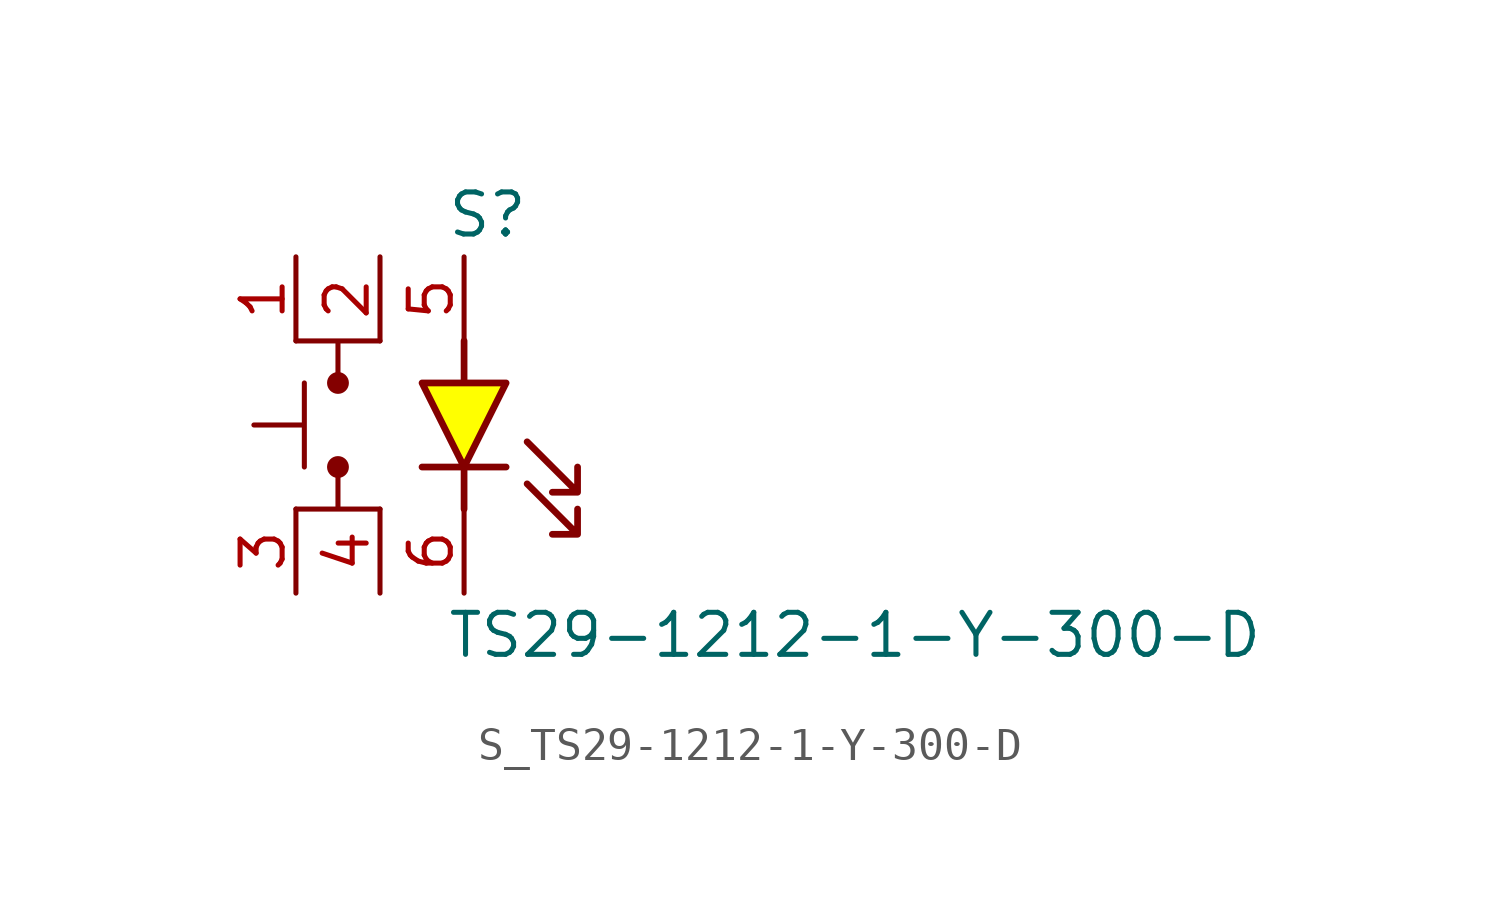
<source format=kicad_sym>
(kicad_symbol_lib
  (version 20231120)
  (generator kicad_symbol_editor)
  (generator_version 8.0)
  (symbol "S_TS29-1212-1-Y-300-D"
    (pin_names
      (offset 0.254))
    (property "Reference" "S"
      (at 2 6.35 0)
      (effects (font (size 1.27 1.27)) (justify left)))
    (property "Value" "TS29-1212-1-Y-300-D"
      (at 2 -6.35 0)
      (effects (font (size 1.27 1.27)) (justify left)))
    (symbol "S_TS29-1212-1-Y-300-D_0_0"
      (pin passive line (at -2.54 5.08 270) (length 2.54) (name "" (effects (font (size 1.27 1.27)))) (number "1" (effects (font (size 1.27 1.27)))))
      (pin passive line (at 0 5.08 270) (length 2.54) (name "" (effects (font (size 1.27 1.27)))) (number "2" (effects (font (size 1.27 1.27)))))
      (pin passive line (at 2.54 5.08 270) (length 2.54) (name "" (effects (font (size 1.27 1.27)))) (number "5" (effects (font (size 1.27 1.27)))))
      (pin passive line (at -2.54 -5.08 90) (length 2.54) (name "" (effects (font (size 1.27 1.27)))) (number "3" (effects (font (size 1.27 1.27)))))
      (pin passive line (at 0 -5.08 90) (length 2.54) (name "" (effects (font (size 1.27 1.27)))) (number "4" (effects (font (size 1.27 1.27)))))
      (pin passive line (at 2.54 -5.08 90) (length 2.54) (name "" (effects (font (size 1.27 1.27)))) (number "6" (effects (font (size 1.27 1.27)))))
      (polyline (pts (xy -2.286 1.27) (xy -2.286 -1.27) (xy -2.286 0) (xy -3.81 0)) (stroke (width 0) (type default)) (fill (type none)))
      (circle (center -1.27 1.27) (radius 0.254) (stroke (width 0) (type solid)) (fill (type outline)))
      (circle (center -1.27 -1.27) (radius 0.254) (stroke (width 0) (type solid)) (fill (type outline)))
      (polyline (pts (xy 0 2.54) (xy -2.54 2.54) (xy -1.27 2.54) (xy -1.27 1.27)) (stroke (width 0) (type default)) (fill (type none)))
      (polyline (pts (xy 0 -2.54) (xy -2.54 -2.54) (xy -1.27 -2.54) (xy -1.27 -1.27)) (stroke (width 0) (type default)) (fill (type none)))
      (polyline (pts (xy 2.54 -2.54) (xy 2.54 -1.27) (xy 3.81 -1.27) (xy 2.54 -1.27) (xy 3.81 1.27) (xy 2.54 1.27) (xy 2.54 2.54) (xy 2.54 1.27) (xy 1.27 1.27) (xy 2.54 -1.27) (xy 1.27 -1.27) (xy 2.54 -1.27) (xy 2.54 -2.54)) (stroke (width 0.203) (type solid)) (fill (type color) (color 255 255 0 1)))
      (polyline (pts (xy 4.445 -0.508) (xy 5.969 -2.032) (xy 5.969 -1.27) (xy 5.969 -2.032) (xy 5.207 -2.032)) (stroke (width 0.203) (type default)) (fill (type none)))
      (polyline (pts (xy 4.445 -1.778) (xy 5.969 -3.302) (xy 5.969 -2.54) (xy 5.969 -3.302) (xy 5.207 -3.302)) (stroke (width 0.203) (type default)) (fill (type none))))
    (symbol "S_TS29-1212-1-Y-300-D_1_0")))
</source>
